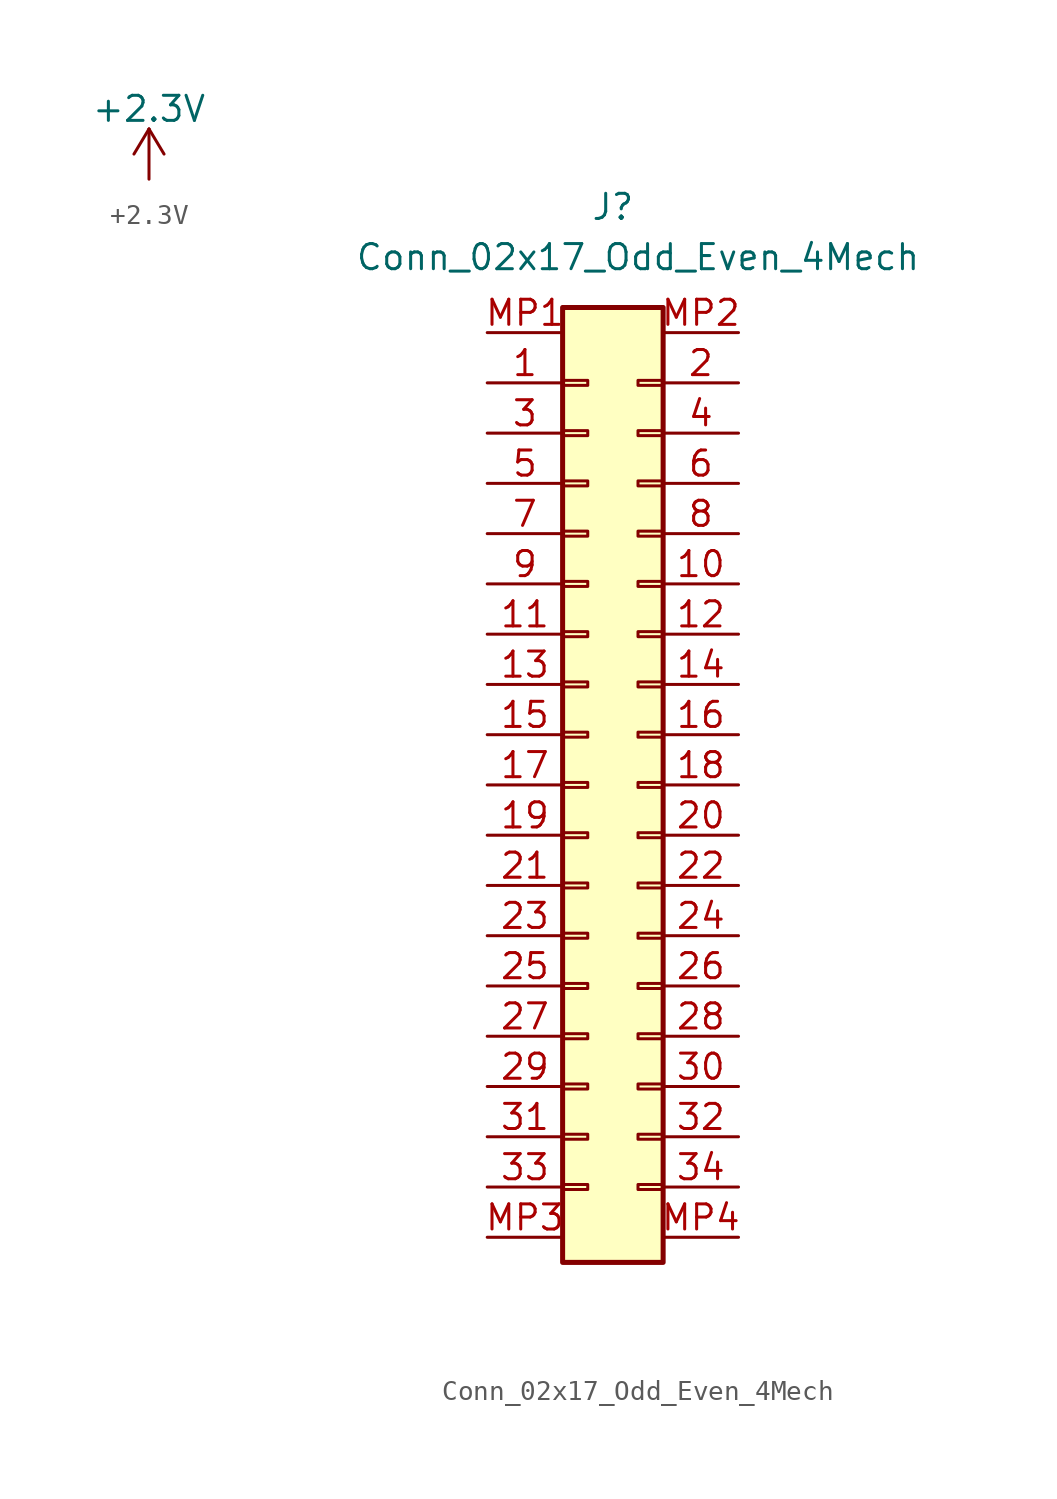
<source format=kicad_sym>
(kicad_symbol_lib
  (version 20211014)
  (generator kicad_symbol_editor)
  (symbol "+2.3V"
    (power)
    (pin_names
      (offset 0))
    (property "Reference" "#PWR"
      (at 0 -3.81 0)
      (effects (font (size 1.27 1.27)) hide))
    (property "Value" "+2.3V"
      (at 0 3.556 0)
      (effects (font (size 1.27 1.27))))
    (symbol "+2.3V_0_1"
      (polyline (pts (xy -0.762 1.27) (xy 0 2.54)) (stroke (width 0) (type default) (color 0 0 0 0)) (fill (type none)))
      (polyline (pts (xy 0 0) (xy 0 2.54)) (stroke (width 0) (type default) (color 0 0 0 0)) (fill (type none)))
      (polyline (pts (xy 0 2.54) (xy 0.762 1.27)) (stroke (width 0) (type default) (color 0 0 0 0)) (fill (type none))))
    (symbol "+2.3V_1_1"
      (pin power_in line (at 0 0 90) (length 0) hide (name "+2V3" (effects (font (size 1.27 1.27)))) (number "1" (effects (font (size 1.27 1.27)))))))
  (symbol "Conn_02x17_Odd_Even_4Mech"
    (pin_names hide)
    (property "Reference" "J"
      (at 0 29.21 0)
      (effects (font (size 1.27 1.27))))
    (property "Value" "Conn_02x17_Odd_Even_4Mech"
      (at 1.27 26.67 0)
      (effects (font (size 1.27 1.27))))
    (symbol "Conn_02x17_Odd_Even_4Mech_1_1"
      (rectangle (start -2.54 -20.193) (end -1.27 -20.447) (stroke (width 0.152) (type default) (color 0 0 0 0)) (fill (type none)))
      (rectangle (start -2.54 -17.653) (end -1.27 -17.907) (stroke (width 0.152) (type default) (color 0 0 0 0)) (fill (type none)))
      (rectangle (start -2.54 -15.113) (end -1.27 -15.367) (stroke (width 0.152) (type default) (color 0 0 0 0)) (fill (type none)))
      (rectangle (start -2.54 -12.573) (end -1.27 -12.827) (stroke (width 0.152) (type default) (color 0 0 0 0)) (fill (type none)))
      (rectangle (start -2.54 -10.033) (end -1.27 -10.287) (stroke (width 0.152) (type default) (color 0 0 0 0)) (fill (type none)))
      (rectangle (start -2.54 -7.493) (end -1.27 -7.747) (stroke (width 0.152) (type default) (color 0 0 0 0)) (fill (type none)))
      (rectangle (start -2.54 -4.953) (end -1.27 -5.207) (stroke (width 0.152) (type default) (color 0 0 0 0)) (fill (type none)))
      (rectangle (start -2.54 -2.413) (end -1.27 -2.667) (stroke (width 0.152) (type default) (color 0 0 0 0)) (fill (type none)))
      (rectangle (start -2.54 0.127) (end -1.27 -0.127) (stroke (width 0.152) (type default) (color 0 0 0 0)) (fill (type none)))
      (rectangle (start -2.54 2.667) (end -1.27 2.413) (stroke (width 0.152) (type default) (color 0 0 0 0)) (fill (type none)))
      (rectangle (start -2.54 5.207) (end -1.27 4.953) (stroke (width 0.152) (type default) (color 0 0 0 0)) (fill (type none)))
      (rectangle (start -2.54 7.747) (end -1.27 7.493) (stroke (width 0.152) (type default) (color 0 0 0 0)) (fill (type none)))
      (rectangle (start -2.54 10.287) (end -1.27 10.033) (stroke (width 0.152) (type default) (color 0 0 0 0)) (fill (type none)))
      (rectangle (start -2.54 12.827) (end -1.27 12.573) (stroke (width 0.152) (type default) (color 0 0 0 0)) (fill (type none)))
      (rectangle (start -2.54 15.367) (end -1.27 15.113) (stroke (width 0.152) (type default) (color 0 0 0 0)) (fill (type none)))
      (rectangle (start -2.54 17.907) (end -1.27 17.653) (stroke (width 0.152) (type default) (color 0 0 0 0)) (fill (type none)))
      (rectangle (start -2.54 20.447) (end -1.27 20.193) (stroke (width 0.152) (type default) (color 0 0 0 0)) (fill (type none)))
      (rectangle (start -2.54 24.13) (end 2.54 -24.13) (stroke (width 0.254) (type default) (color 0 0 0 0)) (fill (type background)))
      (rectangle (start 2.54 -20.193) (end 1.27 -20.447) (stroke (width 0.152) (type default) (color 0 0 0 0)) (fill (type none)))
      (rectangle (start 2.54 -17.653) (end 1.27 -17.907) (stroke (width 0.152) (type default) (color 0 0 0 0)) (fill (type none)))
      (rectangle (start 2.54 -15.113) (end 1.27 -15.367) (stroke (width 0.152) (type default) (color 0 0 0 0)) (fill (type none)))
      (rectangle (start 2.54 -12.573) (end 1.27 -12.827) (stroke (width 0.152) (type default) (color 0 0 0 0)) (fill (type none)))
      (rectangle (start 2.54 -10.033) (end 1.27 -10.287) (stroke (width 0.152) (type default) (color 0 0 0 0)) (fill (type none)))
      (rectangle (start 2.54 -7.493) (end 1.27 -7.747) (stroke (width 0.152) (type default) (color 0 0 0 0)) (fill (type none)))
      (rectangle (start 2.54 -4.953) (end 1.27 -5.207) (stroke (width 0.152) (type default) (color 0 0 0 0)) (fill (type none)))
      (rectangle (start 2.54 -2.413) (end 1.27 -2.667) (stroke (width 0.152) (type default) (color 0 0 0 0)) (fill (type none)))
      (rectangle (start 2.54 0.127) (end 1.27 -0.127) (stroke (width 0.152) (type default) (color 0 0 0 0)) (fill (type none)))
      (rectangle (start 2.54 2.667) (end 1.27 2.413) (stroke (width 0.152) (type default) (color 0 0 0 0)) (fill (type none)))
      (rectangle (start 2.54 5.207) (end 1.27 4.953) (stroke (width 0.152) (type default) (color 0 0 0 0)) (fill (type none)))
      (rectangle (start 2.54 7.747) (end 1.27 7.493) (stroke (width 0.152) (type default) (color 0 0 0 0)) (fill (type none)))
      (rectangle (start 2.54 10.287) (end 1.27 10.033) (stroke (width 0.152) (type default) (color 0 0 0 0)) (fill (type none)))
      (rectangle (start 2.54 12.827) (end 1.27 12.573) (stroke (width 0.152) (type default) (color 0 0 0 0)) (fill (type none)))
      (rectangle (start 2.54 15.367) (end 1.27 15.113) (stroke (width 0.152) (type default) (color 0 0 0 0)) (fill (type none)))
      (rectangle (start 2.54 17.907) (end 1.27 17.653) (stroke (width 0.152) (type default) (color 0 0 0 0)) (fill (type none)))
      (rectangle (start 2.54 20.447) (end 1.27 20.193) (stroke (width 0.152) (type default) (color 0 0 0 0)) (fill (type none)))
      (pin passive line (at -6.35 20.32 0) (length 3.81) (name "Pin_1" (effects (font (size 1.27 1.27)))) (number "1" (effects (font (size 1.27 1.27)))))
      (pin passive line (at 6.35 10.16 180) (length 3.81) (name "Pin_10" (effects (font (size 1.27 1.27)))) (number "10" (effects (font (size 1.27 1.27)))))
      (pin passive line (at -6.35 7.62 0) (length 3.81) (name "Pin_11" (effects (font (size 1.27 1.27)))) (number "11" (effects (font (size 1.27 1.27)))))
      (pin passive line (at 6.35 7.62 180) (length 3.81) (name "Pin_12" (effects (font (size 1.27 1.27)))) (number "12" (effects (font (size 1.27 1.27)))))
      (pin passive line (at -6.35 5.08 0) (length 3.81) (name "Pin_13" (effects (font (size 1.27 1.27)))) (number "13" (effects (font (size 1.27 1.27)))))
      (pin passive line (at 6.35 5.08 180) (length 3.81) (name "Pin_14" (effects (font (size 1.27 1.27)))) (number "14" (effects (font (size 1.27 1.27)))))
      (pin passive line (at -6.35 2.54 0) (length 3.81) (name "Pin_15" (effects (font (size 1.27 1.27)))) (number "15" (effects (font (size 1.27 1.27)))))
      (pin passive line (at 6.35 2.54 180) (length 3.81) (name "Pin_16" (effects (font (size 1.27 1.27)))) (number "16" (effects (font (size 1.27 1.27)))))
      (pin passive line (at -6.35 0 0) (length 3.81) (name "Pin_17" (effects (font (size 1.27 1.27)))) (number "17" (effects (font (size 1.27 1.27)))))
      (pin passive line (at 6.35 0 180) (length 3.81) (name "Pin_18" (effects (font (size 1.27 1.27)))) (number "18" (effects (font (size 1.27 1.27)))))
      (pin passive line (at -6.35 -2.54 0) (length 3.81) (name "Pin_19" (effects (font (size 1.27 1.27)))) (number "19" (effects (font (size 1.27 1.27)))))
      (pin passive line (at 6.35 20.32 180) (length 3.81) (name "Pin_2" (effects (font (size 1.27 1.27)))) (number "2" (effects (font (size 1.27 1.27)))))
      (pin passive line (at 6.35 -2.54 180) (length 3.81) (name "Pin_20" (effects (font (size 1.27 1.27)))) (number "20" (effects (font (size 1.27 1.27)))))
      (pin passive line (at -6.35 -5.08 0) (length 3.81) (name "Pin_21" (effects (font (size 1.27 1.27)))) (number "21" (effects (font (size 1.27 1.27)))))
      (pin passive line (at 6.35 -5.08 180) (length 3.81) (name "Pin_22" (effects (font (size 1.27 1.27)))) (number "22" (effects (font (size 1.27 1.27)))))
      (pin passive line (at -6.35 -7.62 0) (length 3.81) (name "Pin_23" (effects (font (size 1.27 1.27)))) (number "23" (effects (font (size 1.27 1.27)))))
      (pin passive line (at 6.35 -7.62 180) (length 3.81) (name "Pin_24" (effects (font (size 1.27 1.27)))) (number "24" (effects (font (size 1.27 1.27)))))
      (pin passive line (at -6.35 -10.16 0) (length 3.81) (name "Pin_25" (effects (font (size 1.27 1.27)))) (number "25" (effects (font (size 1.27 1.27)))))
      (pin passive line (at 6.35 -10.16 180) (length 3.81) (name "Pin_26" (effects (font (size 1.27 1.27)))) (number "26" (effects (font (size 1.27 1.27)))))
      (pin passive line (at -6.35 -12.7 0) (length 3.81) (name "Pin_27" (effects (font (size 1.27 1.27)))) (number "27" (effects (font (size 1.27 1.27)))))
      (pin passive line (at 6.35 -12.7 180) (length 3.81) (name "Pin_28" (effects (font (size 1.27 1.27)))) (number "28" (effects (font (size 1.27 1.27)))))
      (pin passive line (at -6.35 -15.24 0) (length 3.81) (name "Pin_29" (effects (font (size 1.27 1.27)))) (number "29" (effects (font (size 1.27 1.27)))))
      (pin passive line (at -6.35 17.78 0) (length 3.81) (name "Pin_3" (effects (font (size 1.27 1.27)))) (number "3" (effects (font (size 1.27 1.27)))))
      (pin passive line (at 6.35 -15.24 180) (length 3.81) (name "Pin_30" (effects (font (size 1.27 1.27)))) (number "30" (effects (font (size 1.27 1.27)))))
      (pin passive line (at -6.35 -17.78 0) (length 3.81) (name "Pin_31" (effects (font (size 1.27 1.27)))) (number "31" (effects (font (size 1.27 1.27)))))
      (pin passive line (at 6.35 -17.78 180) (length 3.81) (name "Pin_32" (effects (font (size 1.27 1.27)))) (number "32" (effects (font (size 1.27 1.27)))))
      (pin passive line (at -6.35 -20.32 0) (length 3.81) (name "Pin_33" (effects (font (size 1.27 1.27)))) (number "33" (effects (font (size 1.27 1.27)))))
      (pin passive line (at 6.35 -20.32 180) (length 3.81) (name "Pin_34" (effects (font (size 1.27 1.27)))) (number "34" (effects (font (size 1.27 1.27)))))
      (pin passive line (at 6.35 17.78 180) (length 3.81) (name "Pin_4" (effects (font (size 1.27 1.27)))) (number "4" (effects (font (size 1.27 1.27)))))
      (pin passive line (at -6.35 15.24 0) (length 3.81) (name "Pin_5" (effects (font (size 1.27 1.27)))) (number "5" (effects (font (size 1.27 1.27)))))
      (pin passive line (at 6.35 15.24 180) (length 3.81) (name "Pin_6" (effects (font (size 1.27 1.27)))) (number "6" (effects (font (size 1.27 1.27)))))
      (pin passive line (at -6.35 12.7 0) (length 3.81) (name "Pin_7" (effects (font (size 1.27 1.27)))) (number "7" (effects (font (size 1.27 1.27)))))
      (pin passive line (at 6.35 12.7 180) (length 3.81) (name "Pin_8" (effects (font (size 1.27 1.27)))) (number "8" (effects (font (size 1.27 1.27)))))
      (pin passive line (at -6.35 10.16 0) (length 3.81) (name "Pin_9" (effects (font (size 1.27 1.27)))) (number "9" (effects (font (size 1.27 1.27)))))
      (pin passive line (at -6.35 22.86 0) (length 3.81) (name "MountPin1" (effects (font (size 1.27 1.27)))) (number "MP1" (effects (font (size 1.27 1.27)))))
      (pin passive line (at 6.35 22.86 180) (length 3.81) (name "MountPin2" (effects (font (size 1.27 1.27)))) (number "MP2" (effects (font (size 1.27 1.27)))))
      (pin passive line (at -6.35 -22.86 0) (length 3.81) (name "MountPin3" (effects (font (size 1.27 1.27)))) (number "MP3" (effects (font (size 1.27 1.27)))))
      (pin passive line (at 6.35 -22.86 180) (length 3.81) (name "MountPin4" (effects (font (size 1.27 1.27)))) (number "MP4" (effects (font (size 1.27 1.27))))))))
</source>
